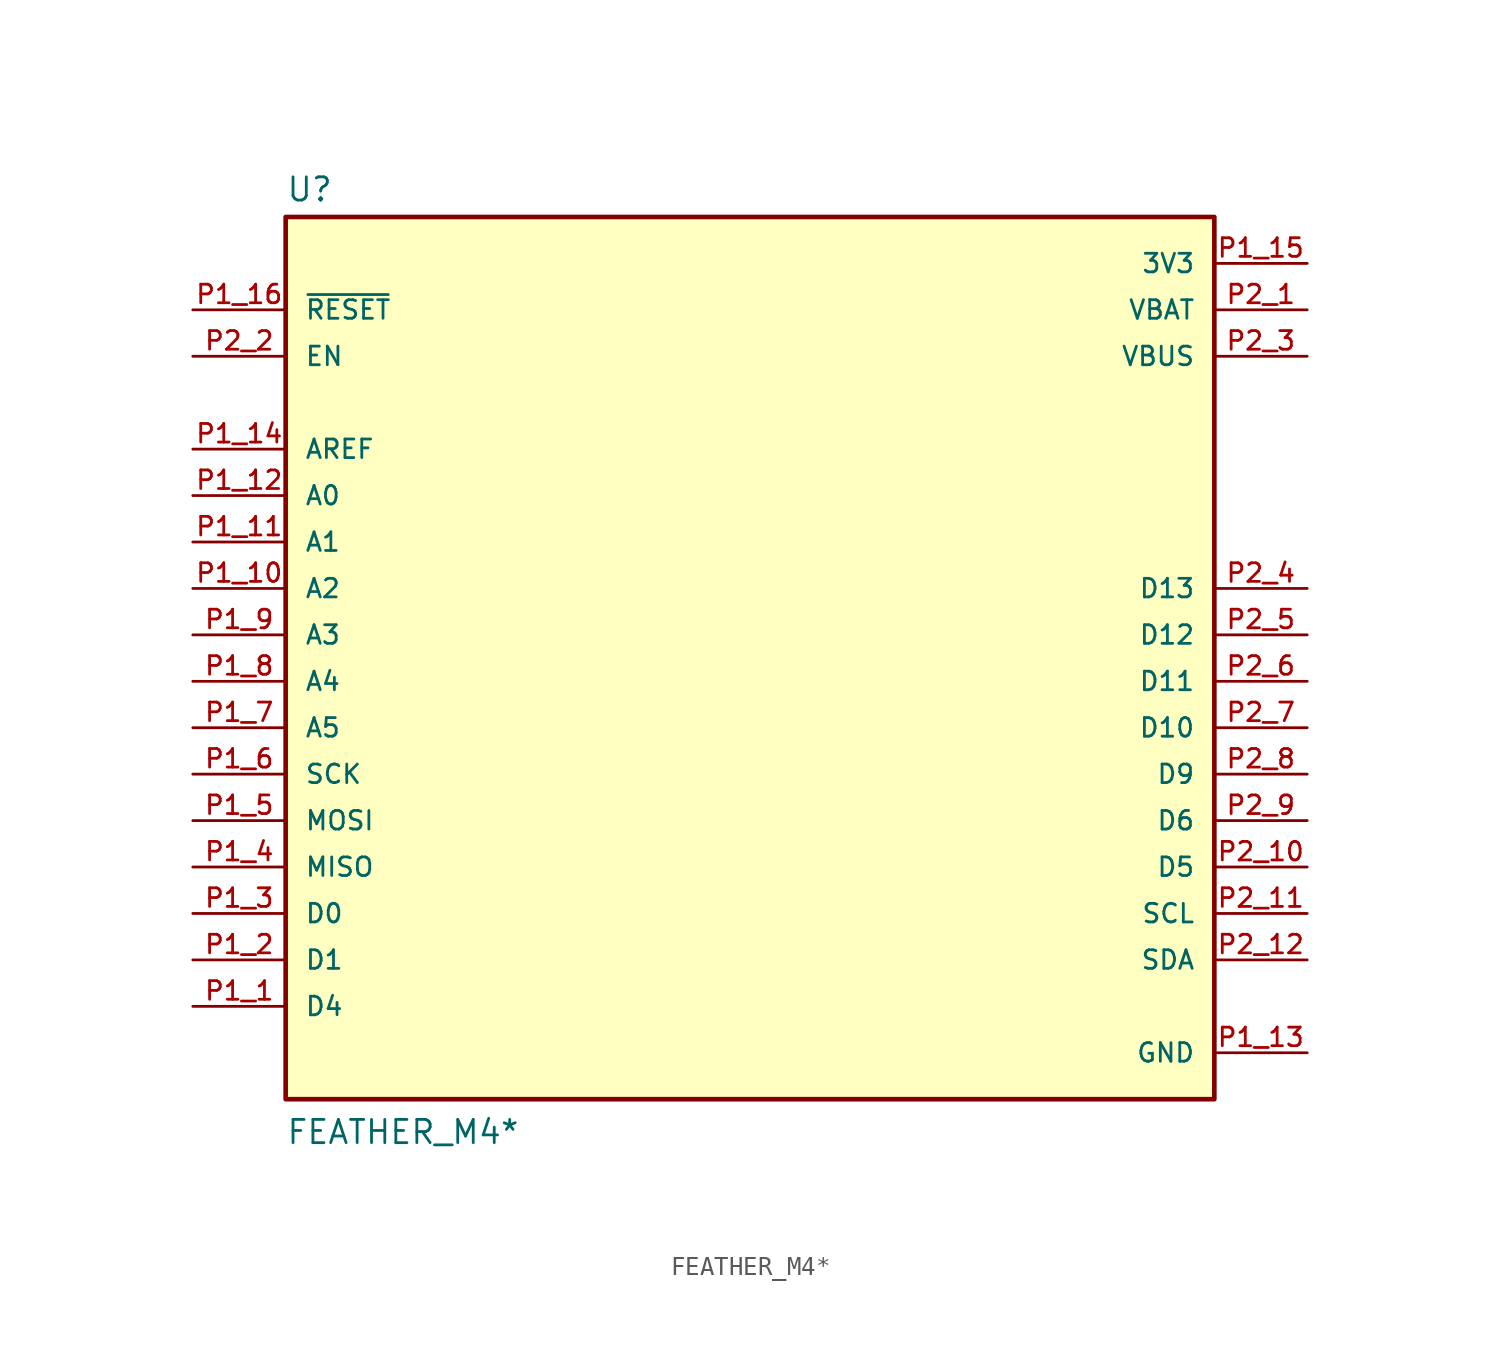
<source format=kicad_sym>
(kicad_symbol_lib
  (version 20220914)
  (generator kicad_symbol_editor)
  (symbol "FEATHER_M4*"
    (pin_names
      (offset 1.016))
    (property "Reference" "U"
      (at -25.4 26.162 0)
      (effects (font (size 1.27 1.27)) (justify left bottom)))
    (property "Value" "FEATHER_M4*"
      (at -25.4 -25.4 0)
      (effects (font (size 1.27 1.27)) (justify left bottom)))
    (symbol "FEATHER_M4*_0_0"
      (rectangle (start -25.4 25.4) (end 25.4 -22.86) (stroke (width 0.254) (type default)) (fill (type background)))
      (pin bidirectional line (at -30.48 -17.78 0) (length 5.08) (name "D4" (effects (font (size 1.016 1.016)))) (number "P1_1" (effects (font (size 1.016 1.016)))))
      (pin bidirectional line (at -30.48 5.08 0) (length 5.08) (name "A2" (effects (font (size 1.016 1.016)))) (number "P1_10" (effects (font (size 1.016 1.016)))))
      (pin bidirectional line (at -30.48 7.62 0) (length 5.08) (name "A1" (effects (font (size 1.016 1.016)))) (number "P1_11" (effects (font (size 1.016 1.016)))))
      (pin bidirectional line (at -30.48 10.16 0) (length 5.08) (name "A0" (effects (font (size 1.016 1.016)))) (number "P1_12" (effects (font (size 1.016 1.016)))))
      (pin power_in line (at 30.48 -20.32 180) (length 5.08) (name "GND" (effects (font (size 1.016 1.016)))) (number "P1_13" (effects (font (size 1.016 1.016)))))
      (pin bidirectional line (at -30.48 12.7 0) (length 5.08) (name "AREF" (effects (font (size 1.016 1.016)))) (number "P1_14" (effects (font (size 1.016 1.016)))))
      (pin power_in line (at 30.48 22.86 180) (length 5.08) (name "3V3" (effects (font (size 1.016 1.016)))) (number "P1_15" (effects (font (size 1.016 1.016)))))
      (pin input line (at -30.48 20.32 0) (length 5.08) (name "~{RESET}" (effects (font (size 1.016 1.016)))) (number "P1_16" (effects (font (size 1.016 1.016)))))
      (pin bidirectional line (at -30.48 -15.24 0) (length 5.08) (name "D1" (effects (font (size 1.016 1.016)))) (number "P1_2" (effects (font (size 1.016 1.016)))))
      (pin bidirectional line (at -30.48 -12.7 0) (length 5.08) (name "D0" (effects (font (size 1.016 1.016)))) (number "P1_3" (effects (font (size 1.016 1.016)))))
      (pin bidirectional line (at -30.48 -10.16 0) (length 5.08) (name "MISO" (effects (font (size 1.016 1.016)))) (number "P1_4" (effects (font (size 1.016 1.016)))))
      (pin bidirectional line (at -30.48 -7.62 0) (length 5.08) (name "MOSI" (effects (font (size 1.016 1.016)))) (number "P1_5" (effects (font (size 1.016 1.016)))))
      (pin bidirectional line (at -30.48 -5.08 0) (length 5.08) (name "SCK" (effects (font (size 1.016 1.016)))) (number "P1_6" (effects (font (size 1.016 1.016)))))
      (pin bidirectional line (at -30.48 -2.54 0) (length 5.08) (name "A5" (effects (font (size 1.016 1.016)))) (number "P1_7" (effects (font (size 1.016 1.016)))))
      (pin bidirectional line (at -30.48 0 0) (length 5.08) (name "A4" (effects (font (size 1.016 1.016)))) (number "P1_8" (effects (font (size 1.016 1.016)))))
      (pin bidirectional line (at -30.48 2.54 0) (length 5.08) (name "A3" (effects (font (size 1.016 1.016)))) (number "P1_9" (effects (font (size 1.016 1.016)))))
      (pin power_in line (at 30.48 20.32 180) (length 5.08) (name "VBAT" (effects (font (size 1.016 1.016)))) (number "P2_1" (effects (font (size 1.016 1.016)))))
      (pin bidirectional line (at 30.48 -10.16 180) (length 5.08) (name "D5" (effects (font (size 1.016 1.016)))) (number "P2_10" (effects (font (size 1.016 1.016)))))
      (pin bidirectional line (at 30.48 -12.7 180) (length 5.08) (name "SCL" (effects (font (size 1.016 1.016)))) (number "P2_11" (effects (font (size 1.016 1.016)))))
      (pin bidirectional line (at 30.48 -15.24 180) (length 5.08) (name "SDA" (effects (font (size 1.016 1.016)))) (number "P2_12" (effects (font (size 1.016 1.016)))))
      (pin input line (at -30.48 17.78 0) (length 5.08) (name "EN" (effects (font (size 1.016 1.016)))) (number "P2_2" (effects (font (size 1.016 1.016)))))
      (pin power_in line (at 30.48 17.78 180) (length 5.08) (name "VBUS" (effects (font (size 1.016 1.016)))) (number "P2_3" (effects (font (size 1.016 1.016)))))
      (pin bidirectional line (at 30.48 5.08 180) (length 5.08) (name "D13" (effects (font (size 1.016 1.016)))) (number "P2_4" (effects (font (size 1.016 1.016)))))
      (pin bidirectional line (at 30.48 2.54 180) (length 5.08) (name "D12" (effects (font (size 1.016 1.016)))) (number "P2_5" (effects (font (size 1.016 1.016)))))
      (pin bidirectional line (at 30.48 0 180) (length 5.08) (name "D11" (effects (font (size 1.016 1.016)))) (number "P2_6" (effects (font (size 1.016 1.016)))))
      (pin bidirectional line (at 30.48 -2.54 180) (length 5.08) (name "D10" (effects (font (size 1.016 1.016)))) (number "P2_7" (effects (font (size 1.016 1.016)))))
      (pin bidirectional line (at 30.48 -5.08 180) (length 5.08) (name "D9" (effects (font (size 1.016 1.016)))) (number "P2_8" (effects (font (size 1.016 1.016)))))
      (pin bidirectional line (at 30.48 -7.62 180) (length 5.08) (name "D6" (effects (font (size 1.016 1.016)))) (number "P2_9" (effects (font (size 1.016 1.016))))))))
</source>
